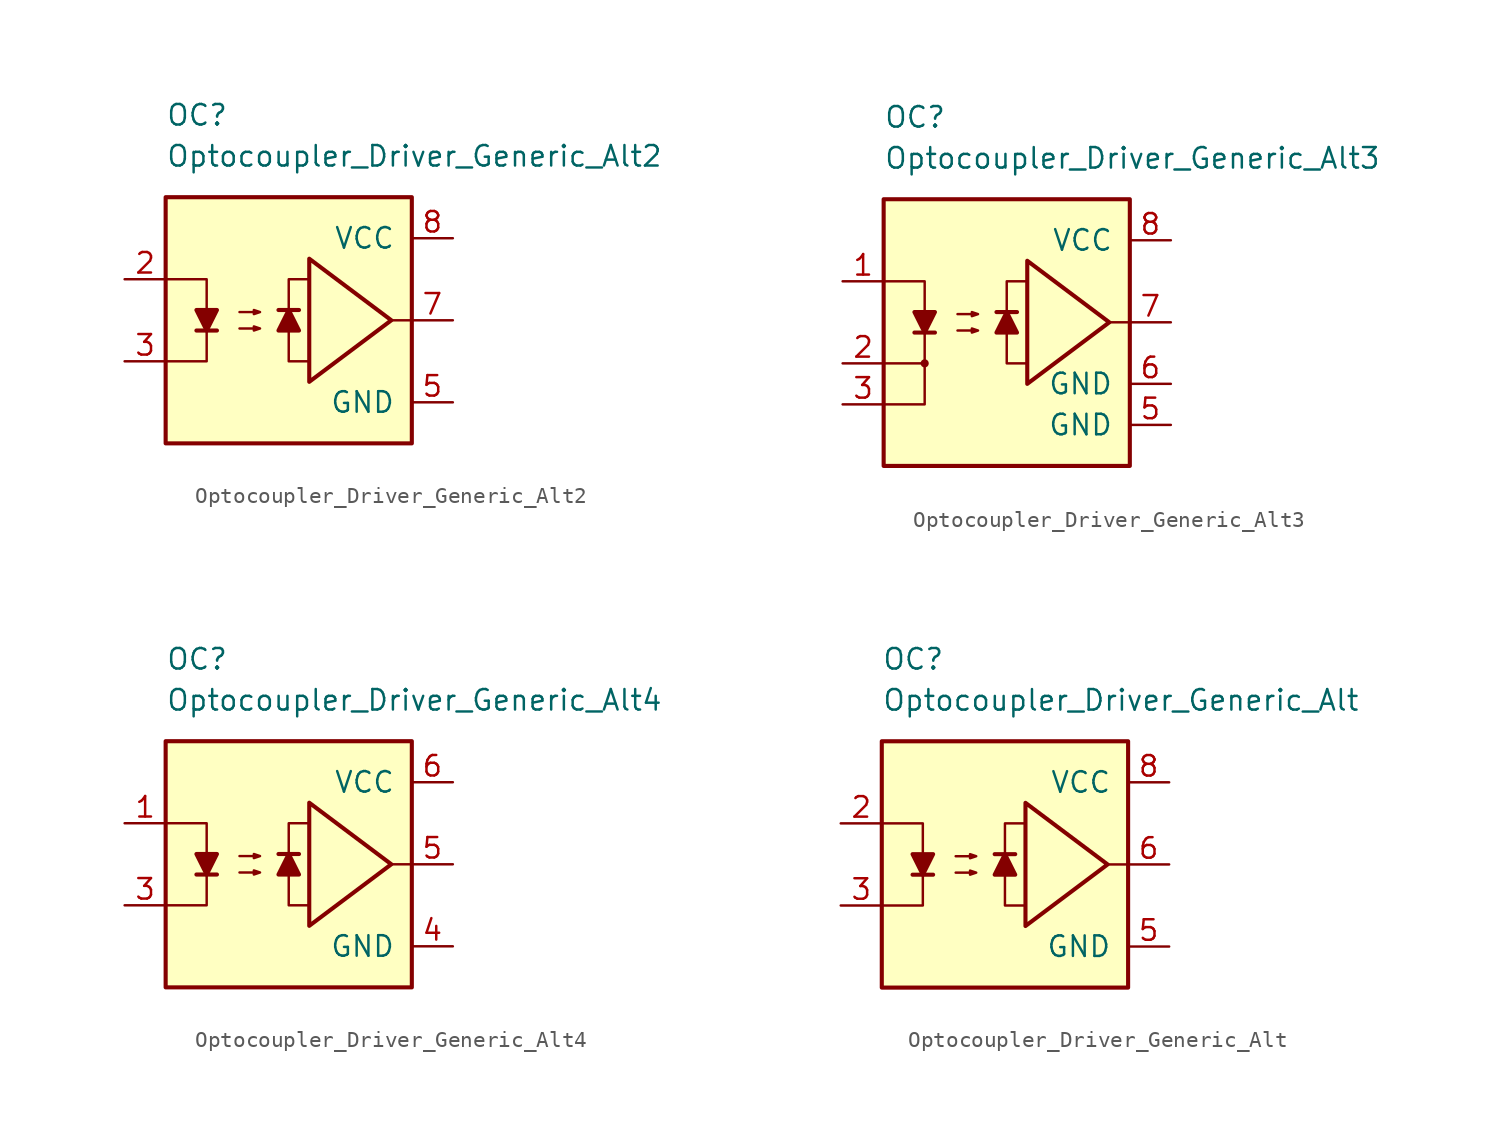
<source format=kicad_sym>
(kicad_symbol_lib
  (version 20211014)
  (generator kicad_symbol_editor)
  (symbol "Optocoupler_Gate_Driver_AKL:Optocoupler_Driver_Generic_Alt2"
    (pin_names
      (offset 1.016))
    (property "Reference" "OC"
      (at -7.62 12.7 0)
      (effects (font (size 1.27 1.27)) (justify left)))
    (property "Value" "Optocoupler_Driver_Generic_Alt2"
      (at -7.62 10.16 0)
      (effects (font (size 1.27 1.27)) (justify left)))
    (symbol "Optocoupler_Driver_Generic_Alt2_0_0"
      (rectangle (start -7.62 7.62) (end 7.62 -7.62) (stroke (width 0.254) (type default) (color 0 0 0 0)) (fill (type background)))
      (polyline (pts (xy 7.62 0) (xy 6.35 0)) (stroke (width 0) (type default) (color 0 0 0 0)) (fill (type none)))
      (polyline (pts (xy 1.27 -2.54) (xy 0 -2.54) (xy 0 2.54) (xy 1.27 2.54)) (stroke (width 0) (type default) (color 0 0 0 0)) (fill (type none)))
      (polyline (pts (xy 6.35 0) (xy 1.27 3.81) (xy 1.27 -3.81) (xy 6.35 0)) (stroke (width 0.254) (type default) (color 0 0 0 0)) (fill (type none))))
    (symbol "Optocoupler_Driver_Generic_Alt2_0_1"
      (polyline (pts (xy -5.715 -0.635) (xy -4.445 -0.635)) (stroke (width 0.254) (type default) (color 0 0 0 0)) (fill (type none)))
      (polyline (pts (xy -7.62 2.54) (xy -5.08 2.54) (xy -5.08 -0.635)) (stroke (width 0) (type default) (color 0 0 0 0)) (fill (type none)))
      (polyline (pts (xy -5.08 -0.635) (xy -5.08 -2.54) (xy -7.62 -2.54)) (stroke (width 0) (type default) (color 0 0 0 0)) (fill (type none)))
      (polyline (pts (xy -5.08 -0.635) (xy -5.715 0.635) (xy -4.445 0.635) (xy -5.08 -0.635)) (stroke (width 0.254) (type default) (color 0 0 0 0)) (fill (type outline)))
      (polyline (pts (xy -3.048 -0.508) (xy -1.778 -0.508) (xy -2.159 -0.635) (xy -2.159 -0.381) (xy -1.778 -0.508)) (stroke (width 0) (type default) (color 0 0 0 0)) (fill (type none)))
      (polyline (pts (xy -3.048 0.508) (xy -1.778 0.508) (xy -2.159 0.381) (xy -2.159 0.635) (xy -1.778 0.508)) (stroke (width 0) (type default) (color 0 0 0 0)) (fill (type none))))
    (symbol "Optocoupler_Driver_Generic_Alt2_1_1"
      (polyline (pts (xy 0.635 0.635) (xy -0.635 0.635)) (stroke (width 0.254) (type default) (color 0 0 0 0)) (fill (type none)))
      (polyline (pts (xy 0 0.635) (xy 0.635 -0.635) (xy -0.635 -0.635) (xy 0 0.635)) (stroke (width 0.254) (type default) (color 0 0 0 0)) (fill (type outline)))
      (pin passive line (at -10.16 2.54 0) (length 2.54) (name "~" (effects (font (size 1.27 1.27)))) (number "2" (effects (font (size 1.27 1.27)))))
      (pin passive line (at -10.16 -2.54 0) (length 2.54) (name "~" (effects (font (size 1.27 1.27)))) (number "3" (effects (font (size 1.27 1.27)))))
      (pin power_in line (at 10.16 -5.08 180) (length 2.54) (name "GND" (effects (font (size 1.27 1.27)))) (number "5" (effects (font (size 1.27 1.27)))))
      (pin output line (at 10.16 0 180) (length 2.54) (name "~" (effects (font (size 1.27 1.27)))) (number "7" (effects (font (size 1.27 1.27)))))
      (pin power_in line (at 10.16 5.08 180) (length 2.54) (name "VCC" (effects (font (size 1.27 1.27)))) (number "8" (effects (font (size 1.27 1.27)))))))
  (symbol "Optocoupler_Gate_Driver_AKL:Optocoupler_Driver_Generic_Alt3"
    (pin_names
      (offset 1.016))
    (property "Reference" "OC"
      (at -7.62 12.7 0)
      (effects (font (size 1.27 1.27)) (justify left)))
    (property "Value" "Optocoupler_Driver_Generic_Alt3"
      (at -7.62 10.16 0)
      (effects (font (size 1.27 1.27)) (justify left)))
    (symbol "Optocoupler_Driver_Generic_Alt3_0_0"
      (rectangle (start -7.62 7.62) (end 7.62 -8.89) (stroke (width 0.254) (type default) (color 0 0 0 0)) (fill (type background)))
      (circle (center -5.08 -2.54) (radius 0.178) (stroke (width 0)) (stroke (width 0) (type default) (color 0 0 0 0)) (fill (type outline)))
      (polyline (pts (xy 7.62 0) (xy 6.35 0)) (stroke (width 0) (type default) (color 0 0 0 0)) (fill (type none)))
      (polyline (pts (xy -7.62 -5.08) (xy -5.08 -5.08) (xy -5.08 -2.54)) (stroke (width 0) (type default) (color 0 0 0 0)) (fill (type none)))
      (polyline (pts (xy 1.27 -2.54) (xy 0 -2.54) (xy 0 2.54) (xy 1.27 2.54)) (stroke (width 0) (type default) (color 0 0 0 0)) (fill (type none)))
      (polyline (pts (xy 6.35 0) (xy 1.27 3.81) (xy 1.27 -3.81) (xy 6.35 0)) (stroke (width 0.254) (type default) (color 0 0 0 0)) (fill (type none))))
    (symbol "Optocoupler_Driver_Generic_Alt3_0_1"
      (polyline (pts (xy -5.715 -0.635) (xy -4.445 -0.635)) (stroke (width 0.254) (type default) (color 0 0 0 0)) (fill (type none)))
      (polyline (pts (xy -7.62 2.54) (xy -5.08 2.54) (xy -5.08 -0.635)) (stroke (width 0) (type default) (color 0 0 0 0)) (fill (type none)))
      (polyline (pts (xy -5.08 -0.635) (xy -5.08 -2.54) (xy -7.62 -2.54)) (stroke (width 0) (type default) (color 0 0 0 0)) (fill (type none)))
      (polyline (pts (xy -5.08 -0.635) (xy -5.715 0.635) (xy -4.445 0.635) (xy -5.08 -0.635)) (stroke (width 0.254) (type default) (color 0 0 0 0)) (fill (type outline)))
      (polyline (pts (xy -3.048 -0.508) (xy -1.778 -0.508) (xy -2.159 -0.635) (xy -2.159 -0.381) (xy -1.778 -0.508)) (stroke (width 0) (type default) (color 0 0 0 0)) (fill (type none)))
      (polyline (pts (xy -3.048 0.508) (xy -1.778 0.508) (xy -2.159 0.381) (xy -2.159 0.635) (xy -1.778 0.508)) (stroke (width 0) (type default) (color 0 0 0 0)) (fill (type none))))
    (symbol "Optocoupler_Driver_Generic_Alt3_1_1"
      (polyline (pts (xy 0.635 0.635) (xy -0.635 0.635)) (stroke (width 0.254) (type default) (color 0 0 0 0)) (fill (type none)))
      (polyline (pts (xy 0 0.635) (xy 0.635 -0.635) (xy -0.635 -0.635) (xy 0 0.635)) (stroke (width 0.254) (type default) (color 0 0 0 0)) (fill (type outline)))
      (pin passive line (at -10.16 2.54 0) (length 2.54) (name "~" (effects (font (size 1.27 1.27)))) (number "1" (effects (font (size 1.27 1.27)))))
      (pin passive line (at -10.16 -2.54 0) (length 2.54) (name "~" (effects (font (size 1.27 1.27)))) (number "2" (effects (font (size 1.27 1.27)))))
      (pin passive line (at -10.16 -5.08 0) (length 2.54) (name "~" (effects (font (size 1.27 1.27)))) (number "3" (effects (font (size 1.27 1.27)))))
      (pin power_in line (at 10.16 -6.35 180) (length 2.54) (name "GND" (effects (font (size 1.27 1.27)))) (number "5" (effects (font (size 1.27 1.27)))))
      (pin power_in line (at 10.16 -3.81 180) (length 2.54) (name "GND" (effects (font (size 1.27 1.27)))) (number "6" (effects (font (size 1.27 1.27)))))
      (pin output line (at 10.16 0 180) (length 2.54) (name "~" (effects (font (size 1.27 1.27)))) (number "7" (effects (font (size 1.27 1.27)))))
      (pin power_in line (at 10.16 5.08 180) (length 2.54) (name "VCC" (effects (font (size 1.27 1.27)))) (number "8" (effects (font (size 1.27 1.27)))))))
  (symbol "Optocoupler_Gate_Driver_AKL:Optocoupler_Driver_Generic_Alt4"
    (pin_names
      (offset 1.016))
    (property "Reference" "OC"
      (at -7.62 12.7 0)
      (effects (font (size 1.27 1.27)) (justify left)))
    (property "Value" "Optocoupler_Driver_Generic_Alt4"
      (at -7.62 10.16 0)
      (effects (font (size 1.27 1.27)) (justify left)))
    (symbol "Optocoupler_Driver_Generic_Alt4_0_0"
      (rectangle (start -7.62 7.62) (end 7.62 -7.62) (stroke (width 0.254) (type default) (color 0 0 0 0)) (fill (type background)))
      (polyline (pts (xy 7.62 0) (xy 6.35 0)) (stroke (width 0) (type default) (color 0 0 0 0)) (fill (type none)))
      (polyline (pts (xy 1.27 -2.54) (xy 0 -2.54) (xy 0 2.54) (xy 1.27 2.54)) (stroke (width 0) (type default) (color 0 0 0 0)) (fill (type none)))
      (polyline (pts (xy 6.35 0) (xy 1.27 3.81) (xy 1.27 -3.81) (xy 6.35 0)) (stroke (width 0.254) (type default) (color 0 0 0 0)) (fill (type none))))
    (symbol "Optocoupler_Driver_Generic_Alt4_0_1"
      (polyline (pts (xy -5.715 -0.635) (xy -4.445 -0.635)) (stroke (width 0.254) (type default) (color 0 0 0 0)) (fill (type none)))
      (polyline (pts (xy -7.62 2.54) (xy -5.08 2.54) (xy -5.08 -0.635)) (stroke (width 0) (type default) (color 0 0 0 0)) (fill (type none)))
      (polyline (pts (xy -5.08 -0.635) (xy -5.08 -2.54) (xy -7.62 -2.54)) (stroke (width 0) (type default) (color 0 0 0 0)) (fill (type none)))
      (polyline (pts (xy -5.08 -0.635) (xy -5.715 0.635) (xy -4.445 0.635) (xy -5.08 -0.635)) (stroke (width 0.254) (type default) (color 0 0 0 0)) (fill (type outline)))
      (polyline (pts (xy -3.048 -0.508) (xy -1.778 -0.508) (xy -2.159 -0.635) (xy -2.159 -0.381) (xy -1.778 -0.508)) (stroke (width 0) (type default) (color 0 0 0 0)) (fill (type none)))
      (polyline (pts (xy -3.048 0.508) (xy -1.778 0.508) (xy -2.159 0.381) (xy -2.159 0.635) (xy -1.778 0.508)) (stroke (width 0) (type default) (color 0 0 0 0)) (fill (type none))))
    (symbol "Optocoupler_Driver_Generic_Alt4_1_1"
      (polyline (pts (xy 0.635 0.635) (xy -0.635 0.635)) (stroke (width 0.254) (type default) (color 0 0 0 0)) (fill (type none)))
      (polyline (pts (xy 0 0.635) (xy 0.635 -0.635) (xy -0.635 -0.635) (xy 0 0.635)) (stroke (width 0.254) (type default) (color 0 0 0 0)) (fill (type outline)))
      (pin passive line (at -10.16 2.54 0) (length 2.54) (name "~" (effects (font (size 1.27 1.27)))) (number "1" (effects (font (size 1.27 1.27)))))
      (pin passive line (at -10.16 -2.54 0) (length 2.54) (name "~" (effects (font (size 1.27 1.27)))) (number "3" (effects (font (size 1.27 1.27)))))
      (pin power_in line (at 10.16 -5.08 180) (length 2.54) (name "GND" (effects (font (size 1.27 1.27)))) (number "4" (effects (font (size 1.27 1.27)))))
      (pin output line (at 10.16 0 180) (length 2.54) (name "~" (effects (font (size 1.27 1.27)))) (number "5" (effects (font (size 1.27 1.27)))))
      (pin power_in line (at 10.16 5.08 180) (length 2.54) (name "VCC" (effects (font (size 1.27 1.27)))) (number "6" (effects (font (size 1.27 1.27)))))))
  (symbol "Optocoupler_Gate_Driver_AKL:Optocoupler_Driver_Generic_Alt"
    (pin_names
      (offset 1.016))
    (property "Reference" "OC"
      (at -7.62 12.7 0)
      (effects (font (size 1.27 1.27)) (justify left)))
    (property "Value" "Optocoupler_Driver_Generic_Alt"
      (at -7.62 10.16 0)
      (effects (font (size 1.27 1.27)) (justify left)))
    (symbol "Optocoupler_Driver_Generic_Alt_0_0"
      (rectangle (start -7.62 7.62) (end 7.62 -7.62) (stroke (width 0.254) (type default) (color 0 0 0 0)) (fill (type background)))
      (polyline (pts (xy 7.62 0) (xy 6.35 0)) (stroke (width 0) (type default) (color 0 0 0 0)) (fill (type none)))
      (polyline (pts (xy 1.27 -2.54) (xy 0 -2.54) (xy 0 2.54) (xy 1.27 2.54)) (stroke (width 0) (type default) (color 0 0 0 0)) (fill (type none)))
      (polyline (pts (xy 6.35 0) (xy 1.27 3.81) (xy 1.27 -3.81) (xy 6.35 0)) (stroke (width 0.254) (type default) (color 0 0 0 0)) (fill (type none))))
    (symbol "Optocoupler_Driver_Generic_Alt_0_1"
      (polyline (pts (xy -5.715 -0.635) (xy -4.445 -0.635)) (stroke (width 0.254) (type default) (color 0 0 0 0)) (fill (type none)))
      (polyline (pts (xy -7.62 2.54) (xy -5.08 2.54) (xy -5.08 -0.635)) (stroke (width 0) (type default) (color 0 0 0 0)) (fill (type none)))
      (polyline (pts (xy -5.08 -0.635) (xy -5.08 -2.54) (xy -7.62 -2.54)) (stroke (width 0) (type default) (color 0 0 0 0)) (fill (type none)))
      (polyline (pts (xy -5.08 -0.635) (xy -5.715 0.635) (xy -4.445 0.635) (xy -5.08 -0.635)) (stroke (width 0.254) (type default) (color 0 0 0 0)) (fill (type outline)))
      (polyline (pts (xy -3.048 -0.508) (xy -1.778 -0.508) (xy -2.159 -0.635) (xy -2.159 -0.381) (xy -1.778 -0.508)) (stroke (width 0) (type default) (color 0 0 0 0)) (fill (type none)))
      (polyline (pts (xy -3.048 0.508) (xy -1.778 0.508) (xy -2.159 0.381) (xy -2.159 0.635) (xy -1.778 0.508)) (stroke (width 0) (type default) (color 0 0 0 0)) (fill (type none))))
    (symbol "Optocoupler_Driver_Generic_Alt_1_1"
      (polyline (pts (xy 0.635 0.635) (xy -0.635 0.635)) (stroke (width 0.254) (type default) (color 0 0 0 0)) (fill (type none)))
      (polyline (pts (xy 0 0.635) (xy 0.635 -0.635) (xy -0.635 -0.635) (xy 0 0.635)) (stroke (width 0.254) (type default) (color 0 0 0 0)) (fill (type outline)))
      (pin passive line (at -10.16 2.54 0) (length 2.54) (name "~" (effects (font (size 1.27 1.27)))) (number "2" (effects (font (size 1.27 1.27)))))
      (pin passive line (at -10.16 -2.54 0) (length 2.54) (name "~" (effects (font (size 1.27 1.27)))) (number "3" (effects (font (size 1.27 1.27)))))
      (pin power_in line (at 10.16 -5.08 180) (length 2.54) (name "GND" (effects (font (size 1.27 1.27)))) (number "5" (effects (font (size 1.27 1.27)))))
      (pin output line (at 10.16 0 180) (length 2.54) (name "~" (effects (font (size 1.27 1.27)))) (number "6" (effects (font (size 1.27 1.27)))))
      (pin power_in line (at 10.16 5.08 180) (length 2.54) (name "VCC" (effects (font (size 1.27 1.27)))) (number "8" (effects (font (size 1.27 1.27))))))))
</source>
